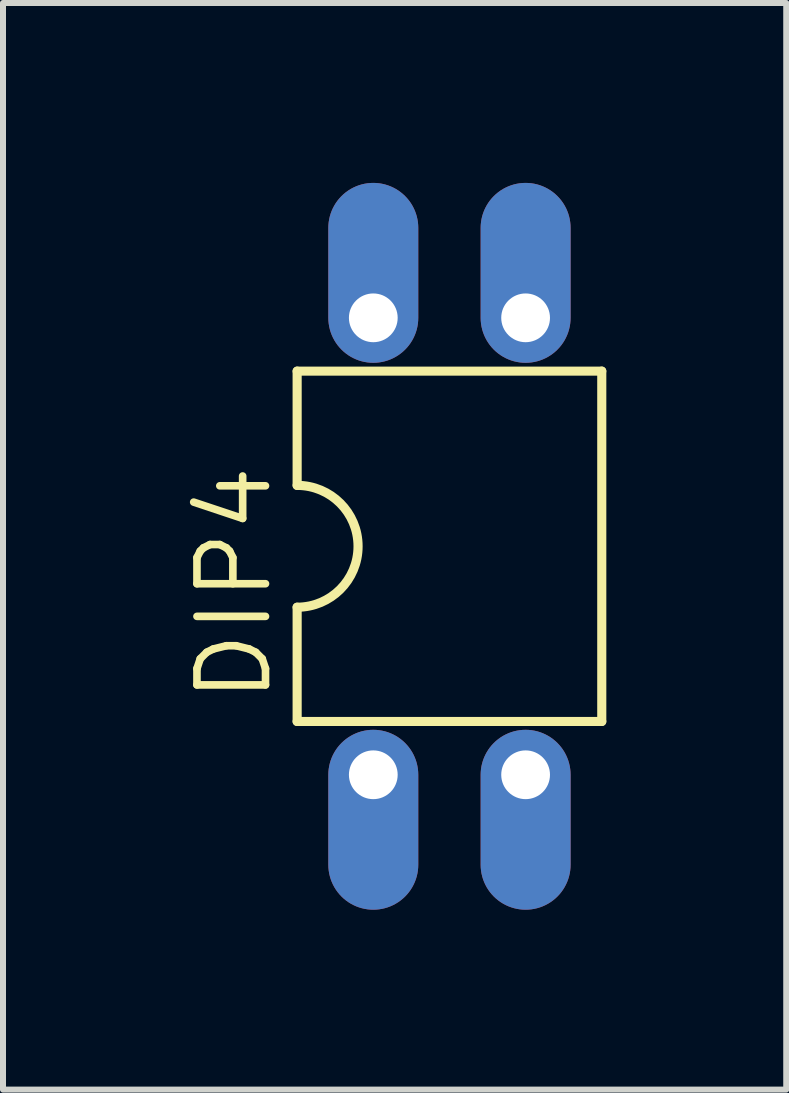
<source format=kicad_pcb>
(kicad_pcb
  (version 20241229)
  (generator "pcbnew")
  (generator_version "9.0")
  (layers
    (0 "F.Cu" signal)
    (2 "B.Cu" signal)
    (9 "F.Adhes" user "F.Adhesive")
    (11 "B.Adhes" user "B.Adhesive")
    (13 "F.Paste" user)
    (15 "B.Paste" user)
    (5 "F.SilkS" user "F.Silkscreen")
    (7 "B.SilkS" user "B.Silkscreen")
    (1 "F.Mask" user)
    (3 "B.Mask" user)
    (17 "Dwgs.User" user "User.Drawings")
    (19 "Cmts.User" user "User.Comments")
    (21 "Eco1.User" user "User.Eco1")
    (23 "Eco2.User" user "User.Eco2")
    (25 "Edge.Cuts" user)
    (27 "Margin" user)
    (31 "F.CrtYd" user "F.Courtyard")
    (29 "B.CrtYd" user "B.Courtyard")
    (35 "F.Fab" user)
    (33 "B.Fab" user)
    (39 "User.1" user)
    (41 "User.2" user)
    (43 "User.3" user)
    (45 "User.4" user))
  (footprint "DIP4"
    (layer "F.Cu")
    (at 4.445 6.06)
    (property "Reference" "DIP4" (at -2.921 2.667 90) (layer "F.SilkS") (effects (font (size 1.143 1.143) (thickness 0.127)) (justify left bottom)))
    (fp_line (start -2.54 -2.921) (end -2.54 -1.016) (stroke (width 0.152) (type solid)) (layer "F.SilkS"))
    (fp_line (start -2.54 2.921) (end -2.54 1.016) (stroke (width 0.152) (type solid)) (layer "F.SilkS"))
    (fp_line (start -2.54 2.921) (end 2.54 2.921) (stroke (width 0.152) (type solid)) (layer "F.SilkS"))
    (fp_line (start 2.54 -2.921) (end -2.54 -2.921) (stroke (width 0.152) (type solid)) (layer "F.SilkS"))
    (fp_line (start 2.54 -2.921) (end 2.54 2.921) (stroke (width 0.152) (type solid)) (layer "F.SilkS"))
    (fp_arc (start -2.54 -1.016) (mid -1.524 0) (end -2.54 1.016) (stroke (width 0.1524) (type solid)) (layer "F.SilkS"))
    (pad "1" thru_hole oval (at -1.27 3.81 270) (size 3 1.5) (drill 0.813 (offset 0.75 0)) (layers "*.Cu" "*.Mask"))
    (pad "2" thru_hole oval (at 1.27 3.81 270) (size 3 1.5) (drill 0.813 (offset 0.75 0)) (layers "*.Cu" "*.Mask"))
    (pad "3" thru_hole oval (at 1.27 -3.81 90) (size 3 1.5) (drill 0.813 (offset 0.75 0)) (layers "*.Cu" "*.Mask"))
    (pad "4" thru_hole oval (at -1.27 -3.81 90) (size 3 1.5) (drill 0.813 (offset 0.75 0)) (layers "*.Cu" "*.Mask")))
  (gr_rect
    (start -3 -3)
    (end 10.061 15.12)
    (stroke (width 0.1) (type default))
    (fill no)
    (layer "Edge.Cuts")))
</source>
